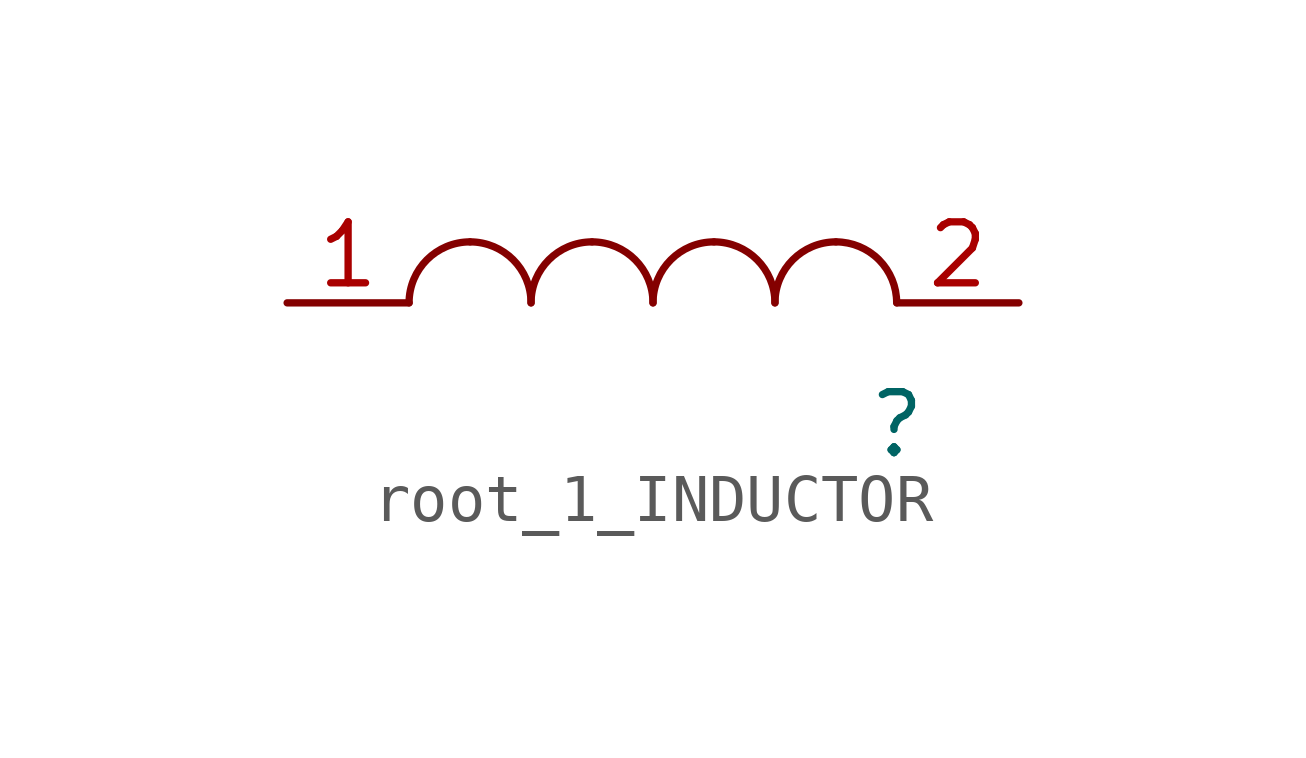
<source format=kicad_sym>
(kicad_symbol_lib
  (version 20220914)
  (generator kicad_symbol_editor)
  (symbol "root_1_INDUCTOR"
    (property "Reference" ""
      (at 0 0 0)
      (effects (font (size 1.27 1.27))))
    (property "Value" ""
      (at 0 0 0)
      (effects (font (size 1.27 1.27))))
    (symbol "root_1_INDUCTOR_1_0"
      (arc (start -8.89 3.81) (mid -9.788 3.438) (end -10.16 2.54) (stroke (width 0) (type solid)) (fill (type none)))
      (arc (start -7.62 2.54) (mid -7.992 3.438) (end -8.89 3.81) (stroke (width 0) (type solid)) (fill (type none)))
      (arc (start -6.35 3.81) (mid -7.248 3.438) (end -7.62 2.54) (stroke (width 0) (type solid)) (fill (type none)))
      (arc (start -5.08 2.54) (mid -5.452 3.438) (end -6.35 3.81) (stroke (width 0) (type solid)) (fill (type none)))
      (arc (start -3.81 3.81) (mid -4.708 3.438) (end -5.08 2.54) (stroke (width 0) (type solid)) (fill (type none)))
      (arc (start -2.54 2.54) (mid -2.912 3.438) (end -3.81 3.81) (stroke (width 0) (type solid)) (fill (type none)))
      (arc (start -1.27 3.81) (mid -2.168 3.438) (end -2.54 2.54) (stroke (width 0) (type solid)) (fill (type none)))
      (arc (start 0 2.54) (mid -0.372 3.438) (end -1.27 3.81) (stroke (width 0) (type solid)) (fill (type none)))
      (pin passive line (at -12.7 2.54 0) (length 2.54) (name "1" (effects (font (size 0 0)))) (number "1" (effects (font (size 1.27 1.27)))))
      (pin passive line (at 2.54 2.54 180) (length 2.54) (name "2" (effects (font (size 0 0)))) (number "2" (effects (font (size 1.27 1.27))))))))
</source>
